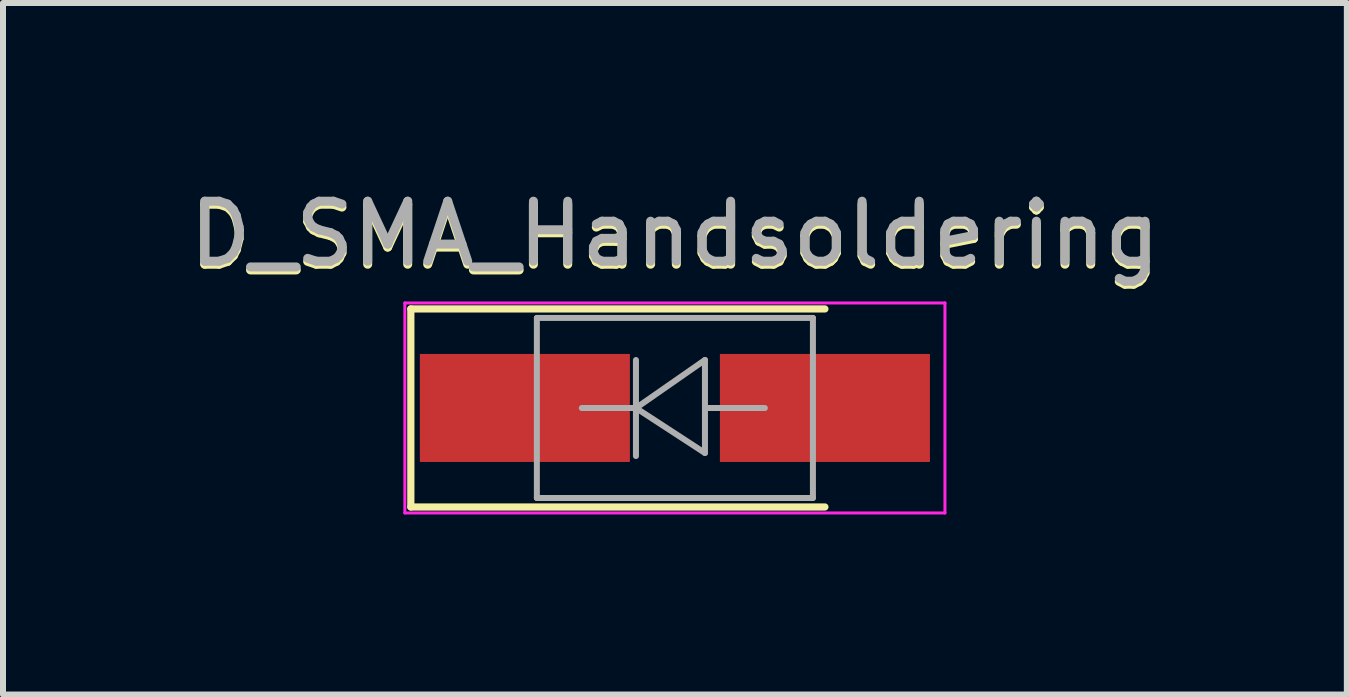
<source format=kicad_pcb>
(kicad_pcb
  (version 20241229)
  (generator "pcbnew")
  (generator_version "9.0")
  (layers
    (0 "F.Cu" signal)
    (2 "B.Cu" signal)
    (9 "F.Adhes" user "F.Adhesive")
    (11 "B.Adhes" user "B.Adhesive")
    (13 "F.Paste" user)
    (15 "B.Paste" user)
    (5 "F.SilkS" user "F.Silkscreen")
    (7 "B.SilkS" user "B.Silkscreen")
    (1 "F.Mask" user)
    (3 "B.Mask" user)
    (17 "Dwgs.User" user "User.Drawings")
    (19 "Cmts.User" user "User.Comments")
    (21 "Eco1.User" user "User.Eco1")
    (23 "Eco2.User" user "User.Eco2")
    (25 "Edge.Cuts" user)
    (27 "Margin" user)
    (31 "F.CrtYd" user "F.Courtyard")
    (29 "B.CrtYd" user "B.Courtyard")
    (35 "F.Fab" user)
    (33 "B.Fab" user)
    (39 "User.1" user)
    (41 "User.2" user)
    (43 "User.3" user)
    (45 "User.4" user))
  (footprint "D_SMA_Handsoldering"
    (layer "F.Cu")
    (at 8.196 3.748)
    (property "Reference" "D_SMA_Handsoldering" (at 0 -2.85 0) (layer "F.SilkS") (effects (font (size 1 1) (thickness 0.15))))
    (attr smd)
    (fp_line (start -4.4 -1.65) (end -4.4 1.65) (stroke (width 0.12) (type solid)) (layer "F.SilkS"))
    (fp_line (start -4.4 -1.65) (end 2.5 -1.65) (stroke (width 0.12) (type solid)) (layer "F.SilkS"))
    (fp_line (start -4.4 1.65) (end 2.5 1.65) (stroke (width 0.12) (type solid)) (layer "F.SilkS"))
    (fp_line (start -4.5 -1.75) (end 4.5 -1.75) (stroke (width 0.05) (type solid)) (layer "F.CrtYd"))
    (fp_line (start -4.5 1.75) (end -4.5 -1.75) (stroke (width 0.05) (type solid)) (layer "F.CrtYd"))
    (fp_line (start 4.5 -1.75) (end 4.5 1.75) (stroke (width 0.05) (type solid)) (layer "F.CrtYd"))
    (fp_line (start 4.5 1.75) (end -4.5 1.75) (stroke (width 0.05) (type solid)) (layer "F.CrtYd"))
    (fp_line (start -2.3 1.5) (end -2.3 -1.5) (stroke (width 0.1) (type solid)) (layer "F.Fab"))
    (fp_line (start -0.649 -0.799) (end -0.649 0.801) (stroke (width 0.1) (type solid)) (layer "F.Fab"))
    (fp_line (start -0.649 0.001) (end -1.551 0.001) (stroke (width 0.1) (type solid)) (layer "F.Fab"))
    (fp_line (start -0.649 0.001) (end 0.501 -0.799) (stroke (width 0.1) (type solid)) (layer "F.Fab"))
    (fp_line (start -0.649 0.001) (end 0.501 0.75) (stroke (width 0.1) (type solid)) (layer "F.Fab"))
    (fp_line (start 0.501 0.001) (end 1.499 0.001) (stroke (width 0.1) (type solid)) (layer "F.Fab"))
    (fp_line (start 0.501 0.75) (end 0.501 -0.799) (stroke (width 0.1) (type solid)) (layer "F.Fab"))
    (fp_line (start 2.3 -1.5) (end -2.3 -1.5) (stroke (width 0.1) (type solid)) (layer "F.Fab"))
    (fp_line (start 2.3 -1.5) (end 2.3 1.5) (stroke (width 0.1) (type solid)) (layer "F.Fab"))
    (fp_line (start 2.3 1.5) (end -2.3 1.5) (stroke (width 0.1) (type solid)) (layer "F.Fab"))
    (fp_text user "${REFERENCE}" (at 0 -2.9 0) (layer "F.Fab") (effects (font (size 1 1) (thickness 0.15))))
    (pad "1" smd rect (at -2.5 0) (size 3.5 1.8) (layers "F.Cu" "F.Mask" "F.Paste"))
    (pad "2" smd rect (at 2.5 0) (size 3.5 1.8) (layers "F.Cu" "F.Mask" "F.Paste")))
  (gr_rect
    (start -3 -3)
    (end 19.393 8.523)
    (stroke (width 0.1) (type default))
    (fill no)
    (layer "Edge.Cuts")))
</source>
